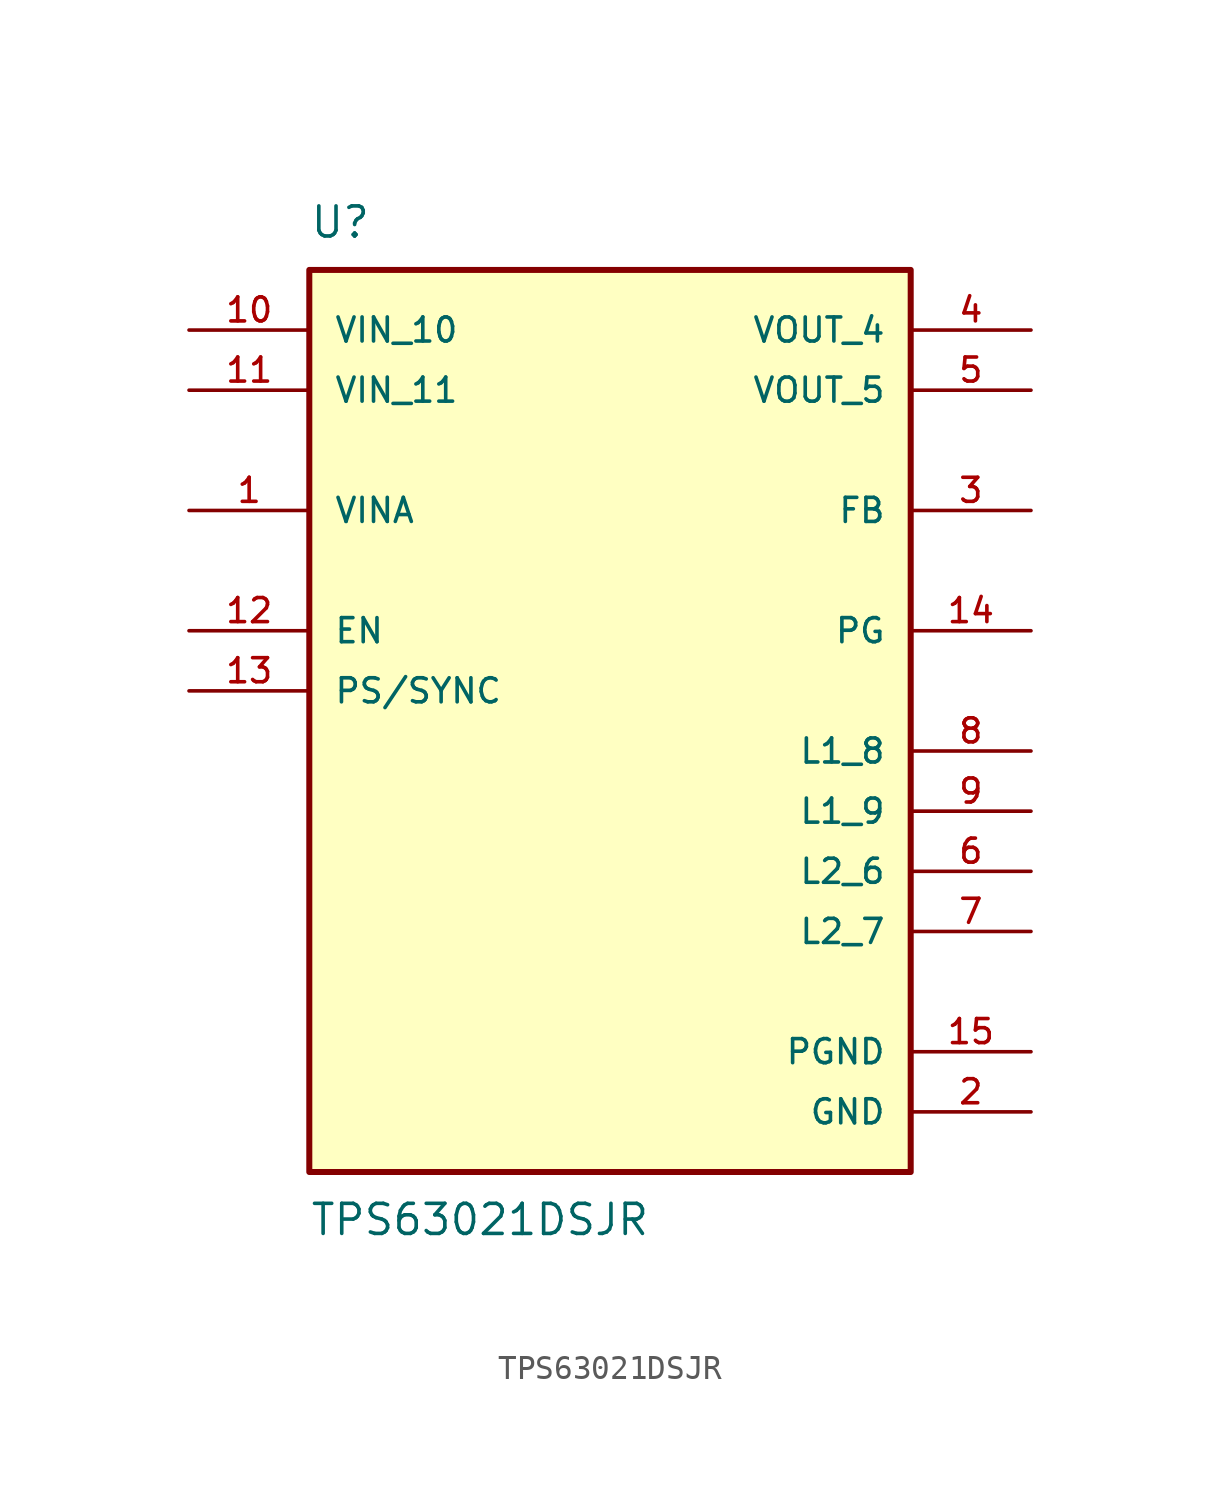
<source format=kicad_sym>
(kicad_symbol_lib
  (version 20211014)
  (generator kicad_symbol_editor)
  (symbol "TPS63021DSJR"
    (pin_names
      (offset 1.016))
    (property "Reference" "U"
      (at -12.7 19.05 0)
      (effects (font (size 1.27 1.27)) (justify bottom left)))
    (property "Value" "TPS63021DSJR"
      (at -12.7 -21.59 0)
      (effects (font (size 1.27 1.27)) (justify top left)))
    (symbol "TPS63021DSJR_0_0"
      (rectangle (start -12.7 -20.32) (end 12.7 17.78) (stroke (width 0.254)) (fill (type background)))
      (pin input line (at -17.78 7.62 0) (length 5.08) (name "VINA" (effects (font (size 1.016 1.016)))) (number "1" (effects (font (size 1.016 1.016)))))
      (pin power_in line (at 17.78 -17.78 180.0) (length 5.08) (name "GND" (effects (font (size 1.016 1.016)))) (number "2" (effects (font (size 1.016 1.016)))))
      (pin input line (at 17.78 7.62 180.0) (length 5.08) (name "FB" (effects (font (size 1.016 1.016)))) (number "3" (effects (font (size 1.016 1.016)))))
      (pin output line (at 17.78 12.7 180.0) (length 5.08) (name "VOUT_5" (effects (font (size 1.016 1.016)))) (number "5" (effects (font (size 1.016 1.016)))))
      (pin passive line (at 17.78 -7.62 180.0) (length 5.08) (name "L2_6" (effects (font (size 1.016 1.016)))) (number "6" (effects (font (size 1.016 1.016)))))
      (pin passive line (at 17.78 -2.54 180.0) (length 5.08) (name "L1_8" (effects (font (size 1.016 1.016)))) (number "8" (effects (font (size 1.016 1.016)))))
      (pin input line (at -17.78 12.7 0) (length 5.08) (name "VIN_11" (effects (font (size 1.016 1.016)))) (number "11" (effects (font (size 1.016 1.016)))))
      (pin power_in line (at 17.78 -15.24 180.0) (length 5.08) (name "PGND" (effects (font (size 1.016 1.016)))) (number "15" (effects (font (size 1.016 1.016)))))
      (pin input line (at -17.78 2.54 0) (length 5.08) (name "EN" (effects (font (size 1.016 1.016)))) (number "12" (effects (font (size 1.016 1.016)))))
      (pin input line (at -17.78 0.0 0) (length 5.08) (name "PS/SYNC" (effects (font (size 1.016 1.016)))) (number "13" (effects (font (size 1.016 1.016)))))
      (pin output line (at 17.78 2.54 180.0) (length 5.08) (name "PG" (effects (font (size 1.016 1.016)))) (number "14" (effects (font (size 1.016 1.016)))))
      (pin input line (at -17.78 15.24 0) (length 5.08) (name "VIN_10" (effects (font (size 1.016 1.016)))) (number "10" (effects (font (size 1.016 1.016)))))
      (pin output line (at 17.78 15.24 180.0) (length 5.08) (name "VOUT_4" (effects (font (size 1.016 1.016)))) (number "4" (effects (font (size 1.016 1.016)))))
      (pin passive line (at 17.78 -5.08 180.0) (length 5.08) (name "L1_9" (effects (font (size 1.016 1.016)))) (number "9" (effects (font (size 1.016 1.016)))))
      (pin passive line (at 17.78 -10.16 180.0) (length 5.08) (name "L2_7" (effects (font (size 1.016 1.016)))) (number "7" (effects (font (size 1.016 1.016))))))))
</source>
